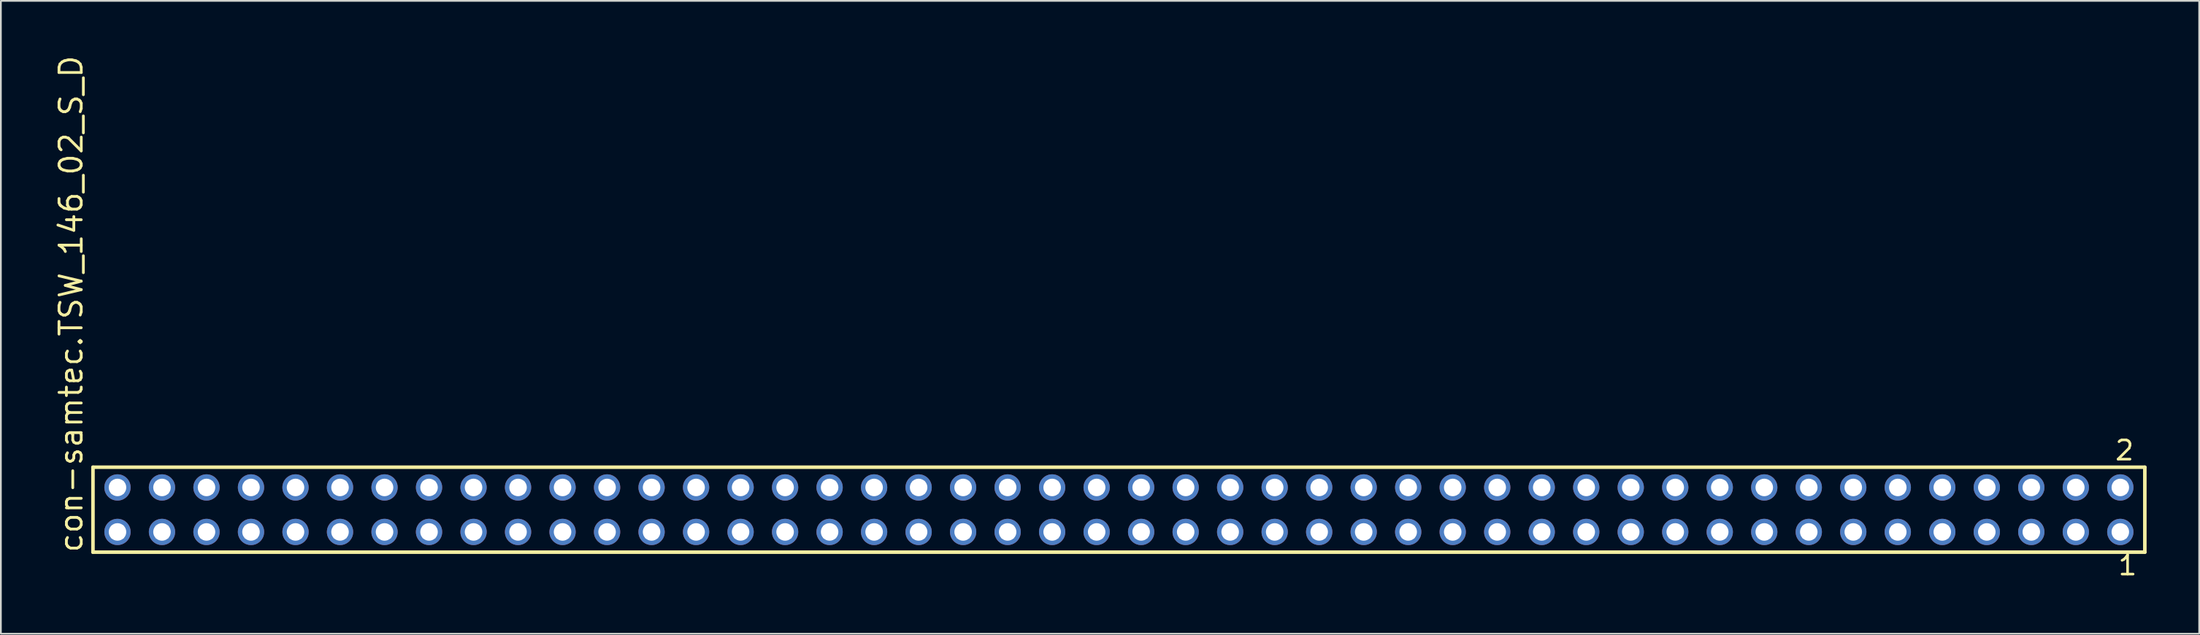
<source format=kicad_pcb>
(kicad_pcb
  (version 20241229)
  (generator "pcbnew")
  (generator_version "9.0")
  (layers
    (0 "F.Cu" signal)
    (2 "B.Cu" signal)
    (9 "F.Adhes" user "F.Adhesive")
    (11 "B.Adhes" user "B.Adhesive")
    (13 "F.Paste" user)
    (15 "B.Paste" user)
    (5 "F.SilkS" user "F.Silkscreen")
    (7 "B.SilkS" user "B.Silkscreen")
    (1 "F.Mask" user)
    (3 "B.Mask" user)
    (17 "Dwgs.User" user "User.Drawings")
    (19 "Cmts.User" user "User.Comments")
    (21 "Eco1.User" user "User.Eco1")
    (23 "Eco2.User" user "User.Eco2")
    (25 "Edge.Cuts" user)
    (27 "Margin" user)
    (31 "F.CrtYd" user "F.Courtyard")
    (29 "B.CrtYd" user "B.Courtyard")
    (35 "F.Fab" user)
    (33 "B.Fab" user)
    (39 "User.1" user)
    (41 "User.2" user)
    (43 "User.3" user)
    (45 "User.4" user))
  (footprint "con-samtec.TSW_146_02_S_D"
    (layer "F.Cu")
    (at 60.805 26.049)
    (property "Reference" "con-samtec.TSW_146_02_S_D" (at -59.055 2.54 90) (layer "F.SilkS") (effects (font (size 1.27 1.27) (thickness 0.16)) (justify left bottom)))
    (attr through_hole)
    (fp_line (start -58.549 -2.425) (end 58.549 -2.425) (stroke (width 0.203) (type default)) (layer "F.SilkS"))
    (fp_line (start -58.549 2.425) (end -58.549 -2.425) (stroke (width 0.203) (type default)) (layer "F.SilkS"))
    (fp_line (start 58.549 -2.425) (end 58.549 2.425) (stroke (width 0.203) (type default)) (layer "F.SilkS"))
    (fp_line (start 58.549 2.425) (end -58.549 2.425) (stroke (width 0.203) (type default)) (layer "F.SilkS"))
    (fp_rect (start -57.5 -0.92) (end -56.8 -1.62) (stroke (width 0.05) (type default)) (fill no) (layer "F.Fab"))
    (fp_rect (start -57.5 1.62) (end -56.8 0.92) (stroke (width 0.05) (type default)) (fill no) (layer "F.Fab"))
    (fp_rect (start -54.96 -0.92) (end -54.26 -1.62) (stroke (width 0.05) (type default)) (fill no) (layer "F.Fab"))
    (fp_rect (start -54.96 1.62) (end -54.26 0.92) (stroke (width 0.05) (type default)) (fill no) (layer "F.Fab"))
    (fp_rect (start -52.42 -0.92) (end -51.72 -1.62) (stroke (width 0.05) (type default)) (fill no) (layer "F.Fab"))
    (fp_rect (start -52.42 1.62) (end -51.72 0.92) (stroke (width 0.05) (type default)) (fill no) (layer "F.Fab"))
    (fp_rect (start -49.88 -0.92) (end -49.18 -1.62) (stroke (width 0.05) (type default)) (fill no) (layer "F.Fab"))
    (fp_rect (start -49.88 1.62) (end -49.18 0.92) (stroke (width 0.05) (type default)) (fill no) (layer "F.Fab"))
    (fp_rect (start -47.34 -0.92) (end -46.64 -1.62) (stroke (width 0.05) (type default)) (fill no) (layer "F.Fab"))
    (fp_rect (start -47.34 1.62) (end -46.64 0.92) (stroke (width 0.05) (type default)) (fill no) (layer "F.Fab"))
    (fp_rect (start -44.8 -0.92) (end -44.1 -1.62) (stroke (width 0.05) (type default)) (fill no) (layer "F.Fab"))
    (fp_rect (start -44.8 1.62) (end -44.1 0.92) (stroke (width 0.05) (type default)) (fill no) (layer "F.Fab"))
    (fp_rect (start -42.26 -0.92) (end -41.56 -1.62) (stroke (width 0.05) (type default)) (fill no) (layer "F.Fab"))
    (fp_rect (start -42.26 1.62) (end -41.56 0.92) (stroke (width 0.05) (type default)) (fill no) (layer "F.Fab"))
    (fp_rect (start -39.72 -0.92) (end -39.02 -1.62) (stroke (width 0.05) (type default)) (fill no) (layer "F.Fab"))
    (fp_rect (start -39.72 1.62) (end -39.02 0.92) (stroke (width 0.05) (type default)) (fill no) (layer "F.Fab"))
    (fp_rect (start -37.18 -0.92) (end -36.48 -1.62) (stroke (width 0.05) (type default)) (fill no) (layer "F.Fab"))
    (fp_rect (start -37.18 1.62) (end -36.48 0.92) (stroke (width 0.05) (type default)) (fill no) (layer "F.Fab"))
    (fp_rect (start -34.64 -0.92) (end -33.94 -1.62) (stroke (width 0.05) (type default)) (fill no) (layer "F.Fab"))
    (fp_rect (start -34.64 1.62) (end -33.94 0.92) (stroke (width 0.05) (type default)) (fill no) (layer "F.Fab"))
    (fp_rect (start -32.1 -0.92) (end -31.4 -1.62) (stroke (width 0.05) (type default)) (fill no) (layer "F.Fab"))
    (fp_rect (start -32.1 1.62) (end -31.4 0.92) (stroke (width 0.05) (type default)) (fill no) (layer "F.Fab"))
    (fp_rect (start -29.56 -0.92) (end -28.86 -1.62) (stroke (width 0.05) (type default)) (fill no) (layer "F.Fab"))
    (fp_rect (start -29.56 1.62) (end -28.86 0.92) (stroke (width 0.05) (type default)) (fill no) (layer "F.Fab"))
    (fp_rect (start -27.02 -0.92) (end -26.32 -1.62) (stroke (width 0.05) (type default)) (fill no) (layer "F.Fab"))
    (fp_rect (start -27.02 1.62) (end -26.32 0.92) (stroke (width 0.05) (type default)) (fill no) (layer "F.Fab"))
    (fp_rect (start -24.48 -0.92) (end -23.78 -1.62) (stroke (width 0.05) (type default)) (fill no) (layer "F.Fab"))
    (fp_rect (start -24.48 1.62) (end -23.78 0.92) (stroke (width 0.05) (type default)) (fill no) (layer "F.Fab"))
    (fp_rect (start -21.94 -0.92) (end -21.24 -1.62) (stroke (width 0.05) (type default)) (fill no) (layer "F.Fab"))
    (fp_rect (start -21.94 1.62) (end -21.24 0.92) (stroke (width 0.05) (type default)) (fill no) (layer "F.Fab"))
    (fp_rect (start -19.4 -0.92) (end -18.7 -1.62) (stroke (width 0.05) (type default)) (fill no) (layer "F.Fab"))
    (fp_rect (start -19.4 1.62) (end -18.7 0.92) (stroke (width 0.05) (type default)) (fill no) (layer "F.Fab"))
    (fp_rect (start -16.86 -0.92) (end -16.16 -1.62) (stroke (width 0.05) (type default)) (fill no) (layer "F.Fab"))
    (fp_rect (start -16.86 1.62) (end -16.16 0.92) (stroke (width 0.05) (type default)) (fill no) (layer "F.Fab"))
    (fp_rect (start -14.32 -0.92) (end -13.62 -1.62) (stroke (width 0.05) (type default)) (fill no) (layer "F.Fab"))
    (fp_rect (start -14.32 1.62) (end -13.62 0.92) (stroke (width 0.05) (type default)) (fill no) (layer "F.Fab"))
    (fp_rect (start -11.78 -0.92) (end -11.08 -1.62) (stroke (width 0.05) (type default)) (fill no) (layer "F.Fab"))
    (fp_rect (start -11.78 1.62) (end -11.08 0.92) (stroke (width 0.05) (type default)) (fill no) (layer "F.Fab"))
    (fp_rect (start -9.24 -0.92) (end -8.54 -1.62) (stroke (width 0.05) (type default)) (fill no) (layer "F.Fab"))
    (fp_rect (start -9.24 1.62) (end -8.54 0.92) (stroke (width 0.05) (type default)) (fill no) (layer "F.Fab"))
    (fp_rect (start -6.7 -0.92) (end -6 -1.62) (stroke (width 0.05) (type default)) (fill no) (layer "F.Fab"))
    (fp_rect (start -6.7 1.62) (end -6 0.92) (stroke (width 0.05) (type default)) (fill no) (layer "F.Fab"))
    (fp_rect (start -4.16 -0.92) (end -3.46 -1.62) (stroke (width 0.05) (type default)) (fill no) (layer "F.Fab"))
    (fp_rect (start -4.16 1.62) (end -3.46 0.92) (stroke (width 0.05) (type default)) (fill no) (layer "F.Fab"))
    (fp_rect (start -1.62 -0.92) (end -0.92 -1.62) (stroke (width 0.05) (type default)) (fill no) (layer "F.Fab"))
    (fp_rect (start -1.62 1.62) (end -0.92 0.92) (stroke (width 0.05) (type default)) (fill no) (layer "F.Fab"))
    (fp_rect (start 0.92 -0.92) (end 1.62 -1.62) (stroke (width 0.05) (type default)) (fill no) (layer "F.Fab"))
    (fp_rect (start 0.92 1.62) (end 1.62 0.92) (stroke (width 0.05) (type default)) (fill no) (layer "F.Fab"))
    (fp_rect (start 3.46 -0.92) (end 4.16 -1.62) (stroke (width 0.05) (type default)) (fill no) (layer "F.Fab"))
    (fp_rect (start 3.46 1.62) (end 4.16 0.92) (stroke (width 0.05) (type default)) (fill no) (layer "F.Fab"))
    (fp_rect (start 6 -0.92) (end 6.7 -1.62) (stroke (width 0.05) (type default)) (fill no) (layer "F.Fab"))
    (fp_rect (start 6 1.62) (end 6.7 0.92) (stroke (width 0.05) (type default)) (fill no) (layer "F.Fab"))
    (fp_rect (start 8.54 -0.92) (end 9.24 -1.62) (stroke (width 0.05) (type default)) (fill no) (layer "F.Fab"))
    (fp_rect (start 8.54 1.62) (end 9.24 0.92) (stroke (width 0.05) (type default)) (fill no) (layer "F.Fab"))
    (fp_rect (start 11.08 -0.92) (end 11.78 -1.62) (stroke (width 0.05) (type default)) (fill no) (layer "F.Fab"))
    (fp_rect (start 11.08 1.62) (end 11.78 0.92) (stroke (width 0.05) (type default)) (fill no) (layer "F.Fab"))
    (fp_rect (start 13.62 -0.92) (end 14.32 -1.62) (stroke (width 0.05) (type default)) (fill no) (layer "F.Fab"))
    (fp_rect (start 13.62 1.62) (end 14.32 0.92) (stroke (width 0.05) (type default)) (fill no) (layer "F.Fab"))
    (fp_rect (start 16.16 -0.92) (end 16.86 -1.62) (stroke (width 0.05) (type default)) (fill no) (layer "F.Fab"))
    (fp_rect (start 16.16 1.62) (end 16.86 0.92) (stroke (width 0.05) (type default)) (fill no) (layer "F.Fab"))
    (fp_rect (start 18.7 -0.92) (end 19.4 -1.62) (stroke (width 0.05) (type default)) (fill no) (layer "F.Fab"))
    (fp_rect (start 18.7 1.62) (end 19.4 0.92) (stroke (width 0.05) (type default)) (fill no) (layer "F.Fab"))
    (fp_rect (start 21.24 -0.92) (end 21.94 -1.62) (stroke (width 0.05) (type default)) (fill no) (layer "F.Fab"))
    (fp_rect (start 21.24 1.62) (end 21.94 0.92) (stroke (width 0.05) (type default)) (fill no) (layer "F.Fab"))
    (fp_rect (start 23.78 -0.92) (end 24.48 -1.62) (stroke (width 0.05) (type default)) (fill no) (layer "F.Fab"))
    (fp_rect (start 23.78 1.62) (end 24.48 0.92) (stroke (width 0.05) (type default)) (fill no) (layer "F.Fab"))
    (fp_rect (start 26.32 -0.92) (end 27.02 -1.62) (stroke (width 0.05) (type default)) (fill no) (layer "F.Fab"))
    (fp_rect (start 26.32 1.62) (end 27.02 0.92) (stroke (width 0.05) (type default)) (fill no) (layer "F.Fab"))
    (fp_rect (start 28.86 -0.92) (end 29.56 -1.62) (stroke (width 0.05) (type default)) (fill no) (layer "F.Fab"))
    (fp_rect (start 28.86 1.62) (end 29.56 0.92) (stroke (width 0.05) (type default)) (fill no) (layer "F.Fab"))
    (fp_rect (start 31.4 -0.92) (end 32.1 -1.62) (stroke (width 0.05) (type default)) (fill no) (layer "F.Fab"))
    (fp_rect (start 31.4 1.62) (end 32.1 0.92) (stroke (width 0.05) (type default)) (fill no) (layer "F.Fab"))
    (fp_rect (start 33.94 -0.92) (end 34.64 -1.62) (stroke (width 0.05) (type default)) (fill no) (layer "F.Fab"))
    (fp_rect (start 33.94 1.62) (end 34.64 0.92) (stroke (width 0.05) (type default)) (fill no) (layer "F.Fab"))
    (fp_rect (start 36.48 -0.92) (end 37.18 -1.62) (stroke (width 0.05) (type default)) (fill no) (layer "F.Fab"))
    (fp_rect (start 36.48 1.62) (end 37.18 0.92) (stroke (width 0.05) (type default)) (fill no) (layer "F.Fab"))
    (fp_rect (start 39.02 -0.92) (end 39.72 -1.62) (stroke (width 0.05) (type default)) (fill no) (layer "F.Fab"))
    (fp_rect (start 39.02 1.62) (end 39.72 0.92) (stroke (width 0.05) (type default)) (fill no) (layer "F.Fab"))
    (fp_rect (start 41.56 -0.92) (end 42.26 -1.62) (stroke (width 0.05) (type default)) (fill no) (layer "F.Fab"))
    (fp_rect (start 41.56 1.62) (end 42.26 0.92) (stroke (width 0.05) (type default)) (fill no) (layer "F.Fab"))
    (fp_rect (start 44.1 -0.92) (end 44.8 -1.62) (stroke (width 0.05) (type default)) (fill no) (layer "F.Fab"))
    (fp_rect (start 44.1 1.62) (end 44.8 0.92) (stroke (width 0.05) (type default)) (fill no) (layer "F.Fab"))
    (fp_rect (start 46.64 -0.92) (end 47.34 -1.62) (stroke (width 0.05) (type default)) (fill no) (layer "F.Fab"))
    (fp_rect (start 46.64 1.62) (end 47.34 0.92) (stroke (width 0.05) (type default)) (fill no) (layer "F.Fab"))
    (fp_rect (start 49.18 -0.92) (end 49.88 -1.62) (stroke (width 0.05) (type default)) (fill no) (layer "F.Fab"))
    (fp_rect (start 49.18 1.62) (end 49.88 0.92) (stroke (width 0.05) (type default)) (fill no) (layer "F.Fab"))
    (fp_rect (start 51.72 -0.92) (end 52.42 -1.62) (stroke (width 0.05) (type default)) (fill no) (layer "F.Fab"))
    (fp_rect (start 51.72 1.62) (end 52.42 0.92) (stroke (width 0.05) (type default)) (fill no) (layer "F.Fab"))
    (fp_rect (start 54.26 -0.92) (end 54.96 -1.62) (stroke (width 0.05) (type default)) (fill no) (layer "F.Fab"))
    (fp_rect (start 54.26 1.62) (end 54.96 0.92) (stroke (width 0.05) (type default)) (fill no) (layer "F.Fab"))
    (fp_rect (start 56.8 -0.92) (end 57.5 -1.62) (stroke (width 0.05) (type default)) (fill no) (layer "F.Fab"))
    (fp_rect (start 56.8 1.62) (end 57.5 0.92) (stroke (width 0.05) (type default)) (fill no) (layer "F.Fab"))
    (fp_text user "1" (at 56.942 3.818 0) (layer "F.SilkS") (effects (font (size 1.1 1.1) (thickness 0.15)) (justify left bottom)))
    (fp_text user "2" (at 56.767 -2.744 0) (layer "F.SilkS") (effects (font (size 1.1 1.1) (thickness 0.15)) (justify left bottom)))
    (pad "1" thru_hole circle (at 57.15 1.27 180) (size 1.5 1.5) (drill 1) (layers "*.Cu" "*.Mask"))
    (pad "2" thru_hole circle (at 57.15 -1.27 180) (size 1.5 1.5) (drill 1) (layers "*.Cu" "*.Mask"))
    (pad "3" thru_hole circle (at 54.61 1.27 180) (size 1.5 1.5) (drill 1) (layers "*.Cu" "*.Mask"))
    (pad "4" thru_hole circle (at 54.61 -1.27 180) (size 1.5 1.5) (drill 1) (layers "*.Cu" "*.Mask"))
    (pad "5" thru_hole circle (at 52.07 1.27 180) (size 1.5 1.5) (drill 1) (layers "*.Cu" "*.Mask"))
    (pad "6" thru_hole circle (at 52.07 -1.27 180) (size 1.5 1.5) (drill 1) (layers "*.Cu" "*.Mask"))
    (pad "7" thru_hole circle (at 49.53 1.27 180) (size 1.5 1.5) (drill 1) (layers "*.Cu" "*.Mask"))
    (pad "8" thru_hole circle (at 49.53 -1.27 180) (size 1.5 1.5) (drill 1) (layers "*.Cu" "*.Mask"))
    (pad "9" thru_hole circle (at 46.99 1.27 180) (size 1.5 1.5) (drill 1) (layers "*.Cu" "*.Mask"))
    (pad "10" thru_hole circle (at 46.99 -1.27 180) (size 1.5 1.5) (drill 1) (layers "*.Cu" "*.Mask"))
    (pad "11" thru_hole circle (at 44.45 1.27 180) (size 1.5 1.5) (drill 1) (layers "*.Cu" "*.Mask"))
    (pad "12" thru_hole circle (at 44.45 -1.27 180) (size 1.5 1.5) (drill 1) (layers "*.Cu" "*.Mask"))
    (pad "13" thru_hole circle (at 41.91 1.27 180) (size 1.5 1.5) (drill 1) (layers "*.Cu" "*.Mask"))
    (pad "14" thru_hole circle (at 41.91 -1.27 180) (size 1.5 1.5) (drill 1) (layers "*.Cu" "*.Mask"))
    (pad "15" thru_hole circle (at 39.37 1.27 180) (size 1.5 1.5) (drill 1) (layers "*.Cu" "*.Mask"))
    (pad "16" thru_hole circle (at 39.37 -1.27 180) (size 1.5 1.5) (drill 1) (layers "*.Cu" "*.Mask"))
    (pad "17" thru_hole circle (at 36.83 1.27 180) (size 1.5 1.5) (drill 1) (layers "*.Cu" "*.Mask"))
    (pad "18" thru_hole circle (at 36.83 -1.27 180) (size 1.5 1.5) (drill 1) (layers "*.Cu" "*.Mask"))
    (pad "19" thru_hole circle (at 34.29 1.27 180) (size 1.5 1.5) (drill 1) (layers "*.Cu" "*.Mask"))
    (pad "20" thru_hole circle (at 34.29 -1.27 180) (size 1.5 1.5) (drill 1) (layers "*.Cu" "*.Mask"))
    (pad "21" thru_hole circle (at 31.75 1.27 180) (size 1.5 1.5) (drill 1) (layers "*.Cu" "*.Mask"))
    (pad "22" thru_hole circle (at 31.75 -1.27 180) (size 1.5 1.5) (drill 1) (layers "*.Cu" "*.Mask"))
    (pad "23" thru_hole circle (at 29.21 1.27 180) (size 1.5 1.5) (drill 1) (layers "*.Cu" "*.Mask"))
    (pad "24" thru_hole circle (at 29.21 -1.27 180) (size 1.5 1.5) (drill 1) (layers "*.Cu" "*.Mask"))
    (pad "25" thru_hole circle (at 26.67 1.27 180) (size 1.5 1.5) (drill 1) (layers "*.Cu" "*.Mask"))
    (pad "26" thru_hole circle (at 26.67 -1.27 180) (size 1.5 1.5) (drill 1) (layers "*.Cu" "*.Mask"))
    (pad "27" thru_hole circle (at 24.13 1.27 180) (size 1.5 1.5) (drill 1) (layers "*.Cu" "*.Mask"))
    (pad "28" thru_hole circle (at 24.13 -1.27 180) (size 1.5 1.5) (drill 1) (layers "*.Cu" "*.Mask"))
    (pad "29" thru_hole circle (at 21.59 1.27 180) (size 1.5 1.5) (drill 1) (layers "*.Cu" "*.Mask"))
    (pad "30" thru_hole circle (at 21.59 -1.27 180) (size 1.5 1.5) (drill 1) (layers "*.Cu" "*.Mask"))
    (pad "31" thru_hole circle (at 19.05 1.27 180) (size 1.5 1.5) (drill 1) (layers "*.Cu" "*.Mask"))
    (pad "32" thru_hole circle (at 19.05 -1.27 180) (size 1.5 1.5) (drill 1) (layers "*.Cu" "*.Mask"))
    (pad "33" thru_hole circle (at 16.51 1.27 180) (size 1.5 1.5) (drill 1) (layers "*.Cu" "*.Mask"))
    (pad "34" thru_hole circle (at 16.51 -1.27 180) (size 1.5 1.5) (drill 1) (layers "*.Cu" "*.Mask"))
    (pad "35" thru_hole circle (at 13.97 1.27 180) (size 1.5 1.5) (drill 1) (layers "*.Cu" "*.Mask"))
    (pad "36" thru_hole circle (at 13.97 -1.27 180) (size 1.5 1.5) (drill 1) (layers "*.Cu" "*.Mask"))
    (pad "37" thru_hole circle (at 11.43 1.27 180) (size 1.5 1.5) (drill 1) (layers "*.Cu" "*.Mask"))
    (pad "38" thru_hole circle (at 11.43 -1.27 180) (size 1.5 1.5) (drill 1) (layers "*.Cu" "*.Mask"))
    (pad "39" thru_hole circle (at 8.89 1.27 180) (size 1.5 1.5) (drill 1) (layers "*.Cu" "*.Mask"))
    (pad "40" thru_hole circle (at 8.89 -1.27 180) (size 1.5 1.5) (drill 1) (layers "*.Cu" "*.Mask"))
    (pad "41" thru_hole circle (at 6.35 1.27 180) (size 1.5 1.5) (drill 1) (layers "*.Cu" "*.Mask"))
    (pad "42" thru_hole circle (at 6.35 -1.27 180) (size 1.5 1.5) (drill 1) (layers "*.Cu" "*.Mask"))
    (pad "43" thru_hole circle (at 3.81 1.27 180) (size 1.5 1.5) (drill 1) (layers "*.Cu" "*.Mask"))
    (pad "44" thru_hole circle (at 3.81 -1.27 180) (size 1.5 1.5) (drill 1) (layers "*.Cu" "*.Mask"))
    (pad "45" thru_hole circle (at 1.27 1.27 180) (size 1.5 1.5) (drill 1) (layers "*.Cu" "*.Mask"))
    (pad "46" thru_hole circle (at 1.27 -1.27 180) (size 1.5 1.5) (drill 1) (layers "*.Cu" "*.Mask"))
    (pad "47" thru_hole circle (at -1.27 1.27 180) (size 1.5 1.5) (drill 1) (layers "*.Cu" "*.Mask"))
    (pad "48" thru_hole circle (at -1.27 -1.27 180) (size 1.5 1.5) (drill 1) (layers "*.Cu" "*.Mask"))
    (pad "49" thru_hole circle (at -3.81 1.27 180) (size 1.5 1.5) (drill 1) (layers "*.Cu" "*.Mask"))
    (pad "50" thru_hole circle (at -3.81 -1.27 180) (size 1.5 1.5) (drill 1) (layers "*.Cu" "*.Mask"))
    (pad "51" thru_hole circle (at -6.35 1.27 180) (size 1.5 1.5) (drill 1) (layers "*.Cu" "*.Mask"))
    (pad "52" thru_hole circle (at -6.35 -1.27 180) (size 1.5 1.5) (drill 1) (layers "*.Cu" "*.Mask"))
    (pad "53" thru_hole circle (at -8.89 1.27 180) (size 1.5 1.5) (drill 1) (layers "*.Cu" "*.Mask"))
    (pad "54" thru_hole circle (at -8.89 -1.27 180) (size 1.5 1.5) (drill 1) (layers "*.Cu" "*.Mask"))
    (pad "55" thru_hole circle (at -11.43 1.27 180) (size 1.5 1.5) (drill 1) (layers "*.Cu" "*.Mask"))
    (pad "56" thru_hole circle (at -11.43 -1.27 180) (size 1.5 1.5) (drill 1) (layers "*.Cu" "*.Mask"))
    (pad "57" thru_hole circle (at -13.97 1.27 180) (size 1.5 1.5) (drill 1) (layers "*.Cu" "*.Mask"))
    (pad "58" thru_hole circle (at -13.97 -1.27 180) (size 1.5 1.5) (drill 1) (layers "*.Cu" "*.Mask"))
    (pad "59" thru_hole circle (at -16.51 1.27 180) (size 1.5 1.5) (drill 1) (layers "*.Cu" "*.Mask"))
    (pad "60" thru_hole circle (at -16.51 -1.27 180) (size 1.5 1.5) (drill 1) (layers "*.Cu" "*.Mask"))
    (pad "61" thru_hole circle (at -19.05 1.27 180) (size 1.5 1.5) (drill 1) (layers "*.Cu" "*.Mask"))
    (pad "62" thru_hole circle (at -19.05 -1.27 180) (size 1.5 1.5) (drill 1) (layers "*.Cu" "*.Mask"))
    (pad "63" thru_hole circle (at -21.59 1.27 180) (size 1.5 1.5) (drill 1) (layers "*.Cu" "*.Mask"))
    (pad "64" thru_hole circle (at -21.59 -1.27 180) (size 1.5 1.5) (drill 1) (layers "*.Cu" "*.Mask"))
    (pad "65" thru_hole circle (at -24.13 1.27 180) (size 1.5 1.5) (drill 1) (layers "*.Cu" "*.Mask"))
    (pad "66" thru_hole circle (at -24.13 -1.27 180) (size 1.5 1.5) (drill 1) (layers "*.Cu" "*.Mask"))
    (pad "67" thru_hole circle (at -26.67 1.27 180) (size 1.5 1.5) (drill 1) (layers "*.Cu" "*.Mask"))
    (pad "68" thru_hole circle (at -26.67 -1.27 180) (size 1.5 1.5) (drill 1) (layers "*.Cu" "*.Mask"))
    (pad "69" thru_hole circle (at -29.21 1.27 180) (size 1.5 1.5) (drill 1) (layers "*.Cu" "*.Mask"))
    (pad "70" thru_hole circle (at -29.21 -1.27 180) (size 1.5 1.5) (drill 1) (layers "*.Cu" "*.Mask"))
    (pad "71" thru_hole circle (at -31.75 1.27 180) (size 1.5 1.5) (drill 1) (layers "*.Cu" "*.Mask"))
    (pad "72" thru_hole circle (at -31.75 -1.27 180) (size 1.5 1.5) (drill 1) (layers "*.Cu" "*.Mask"))
    (pad "73" thru_hole circle (at -34.29 1.27 180) (size 1.5 1.5) (drill 1) (layers "*.Cu" "*.Mask"))
    (pad "74" thru_hole circle (at -34.29 -1.27 180) (size 1.5 1.5) (drill 1) (layers "*.Cu" "*.Mask"))
    (pad "75" thru_hole circle (at -36.83 1.27 180) (size 1.5 1.5) (drill 1) (layers "*.Cu" "*.Mask"))
    (pad "76" thru_hole circle (at -36.83 -1.27 180) (size 1.5 1.5) (drill 1) (layers "*.Cu" "*.Mask"))
    (pad "77" thru_hole circle (at -39.37 1.27 180) (size 1.5 1.5) (drill 1) (layers "*.Cu" "*.Mask"))
    (pad "78" thru_hole circle (at -39.37 -1.27 180) (size 1.5 1.5) (drill 1) (layers "*.Cu" "*.Mask"))
    (pad "79" thru_hole circle (at -41.91 1.27 180) (size 1.5 1.5) (drill 1) (layers "*.Cu" "*.Mask"))
    (pad "80" thru_hole circle (at -41.91 -1.27 180) (size 1.5 1.5) (drill 1) (layers "*.Cu" "*.Mask"))
    (pad "81" thru_hole circle (at -44.45 1.27 180) (size 1.5 1.5) (drill 1) (layers "*.Cu" "*.Mask"))
    (pad "82" thru_hole circle (at -44.45 -1.27 180) (size 1.5 1.5) (drill 1) (layers "*.Cu" "*.Mask"))
    (pad "83" thru_hole circle (at -46.99 1.27 180) (size 1.5 1.5) (drill 1) (layers "*.Cu" "*.Mask"))
    (pad "84" thru_hole circle (at -46.99 -1.27 180) (size 1.5 1.5) (drill 1) (layers "*.Cu" "*.Mask"))
    (pad "85" thru_hole circle (at -49.53 1.27 180) (size 1.5 1.5) (drill 1) (layers "*.Cu" "*.Mask"))
    (pad "86" thru_hole circle (at -49.53 -1.27 180) (size 1.5 1.5) (drill 1) (layers "*.Cu" "*.Mask"))
    (pad "87" thru_hole circle (at -52.07 1.27 180) (size 1.5 1.5) (drill 1) (layers "*.Cu" "*.Mask"))
    (pad "88" thru_hole circle (at -52.07 -1.27 180) (size 1.5 1.5) (drill 1) (layers "*.Cu" "*.Mask"))
    (pad "89" thru_hole circle (at -54.61 1.27 180) (size 1.5 1.5) (drill 1) (layers "*.Cu" "*.Mask"))
    (pad "90" thru_hole circle (at -54.61 -1.27 180) (size 1.5 1.5) (drill 1) (layers "*.Cu" "*.Mask"))
    (pad "91" thru_hole circle (at -57.15 1.27 180) (size 1.5 1.5) (drill 1) (layers "*.Cu" "*.Mask"))
    (pad "92" thru_hole circle (at -57.15 -1.27 180) (size 1.5 1.5) (drill 1) (layers "*.Cu" "*.Mask")))
  (gr_rect
    (start -3 -3)
    (end 122.456 33.131)
    (stroke (width 0.1) (type default))
    (fill no)
    (layer "Edge.Cuts")))
</source>
